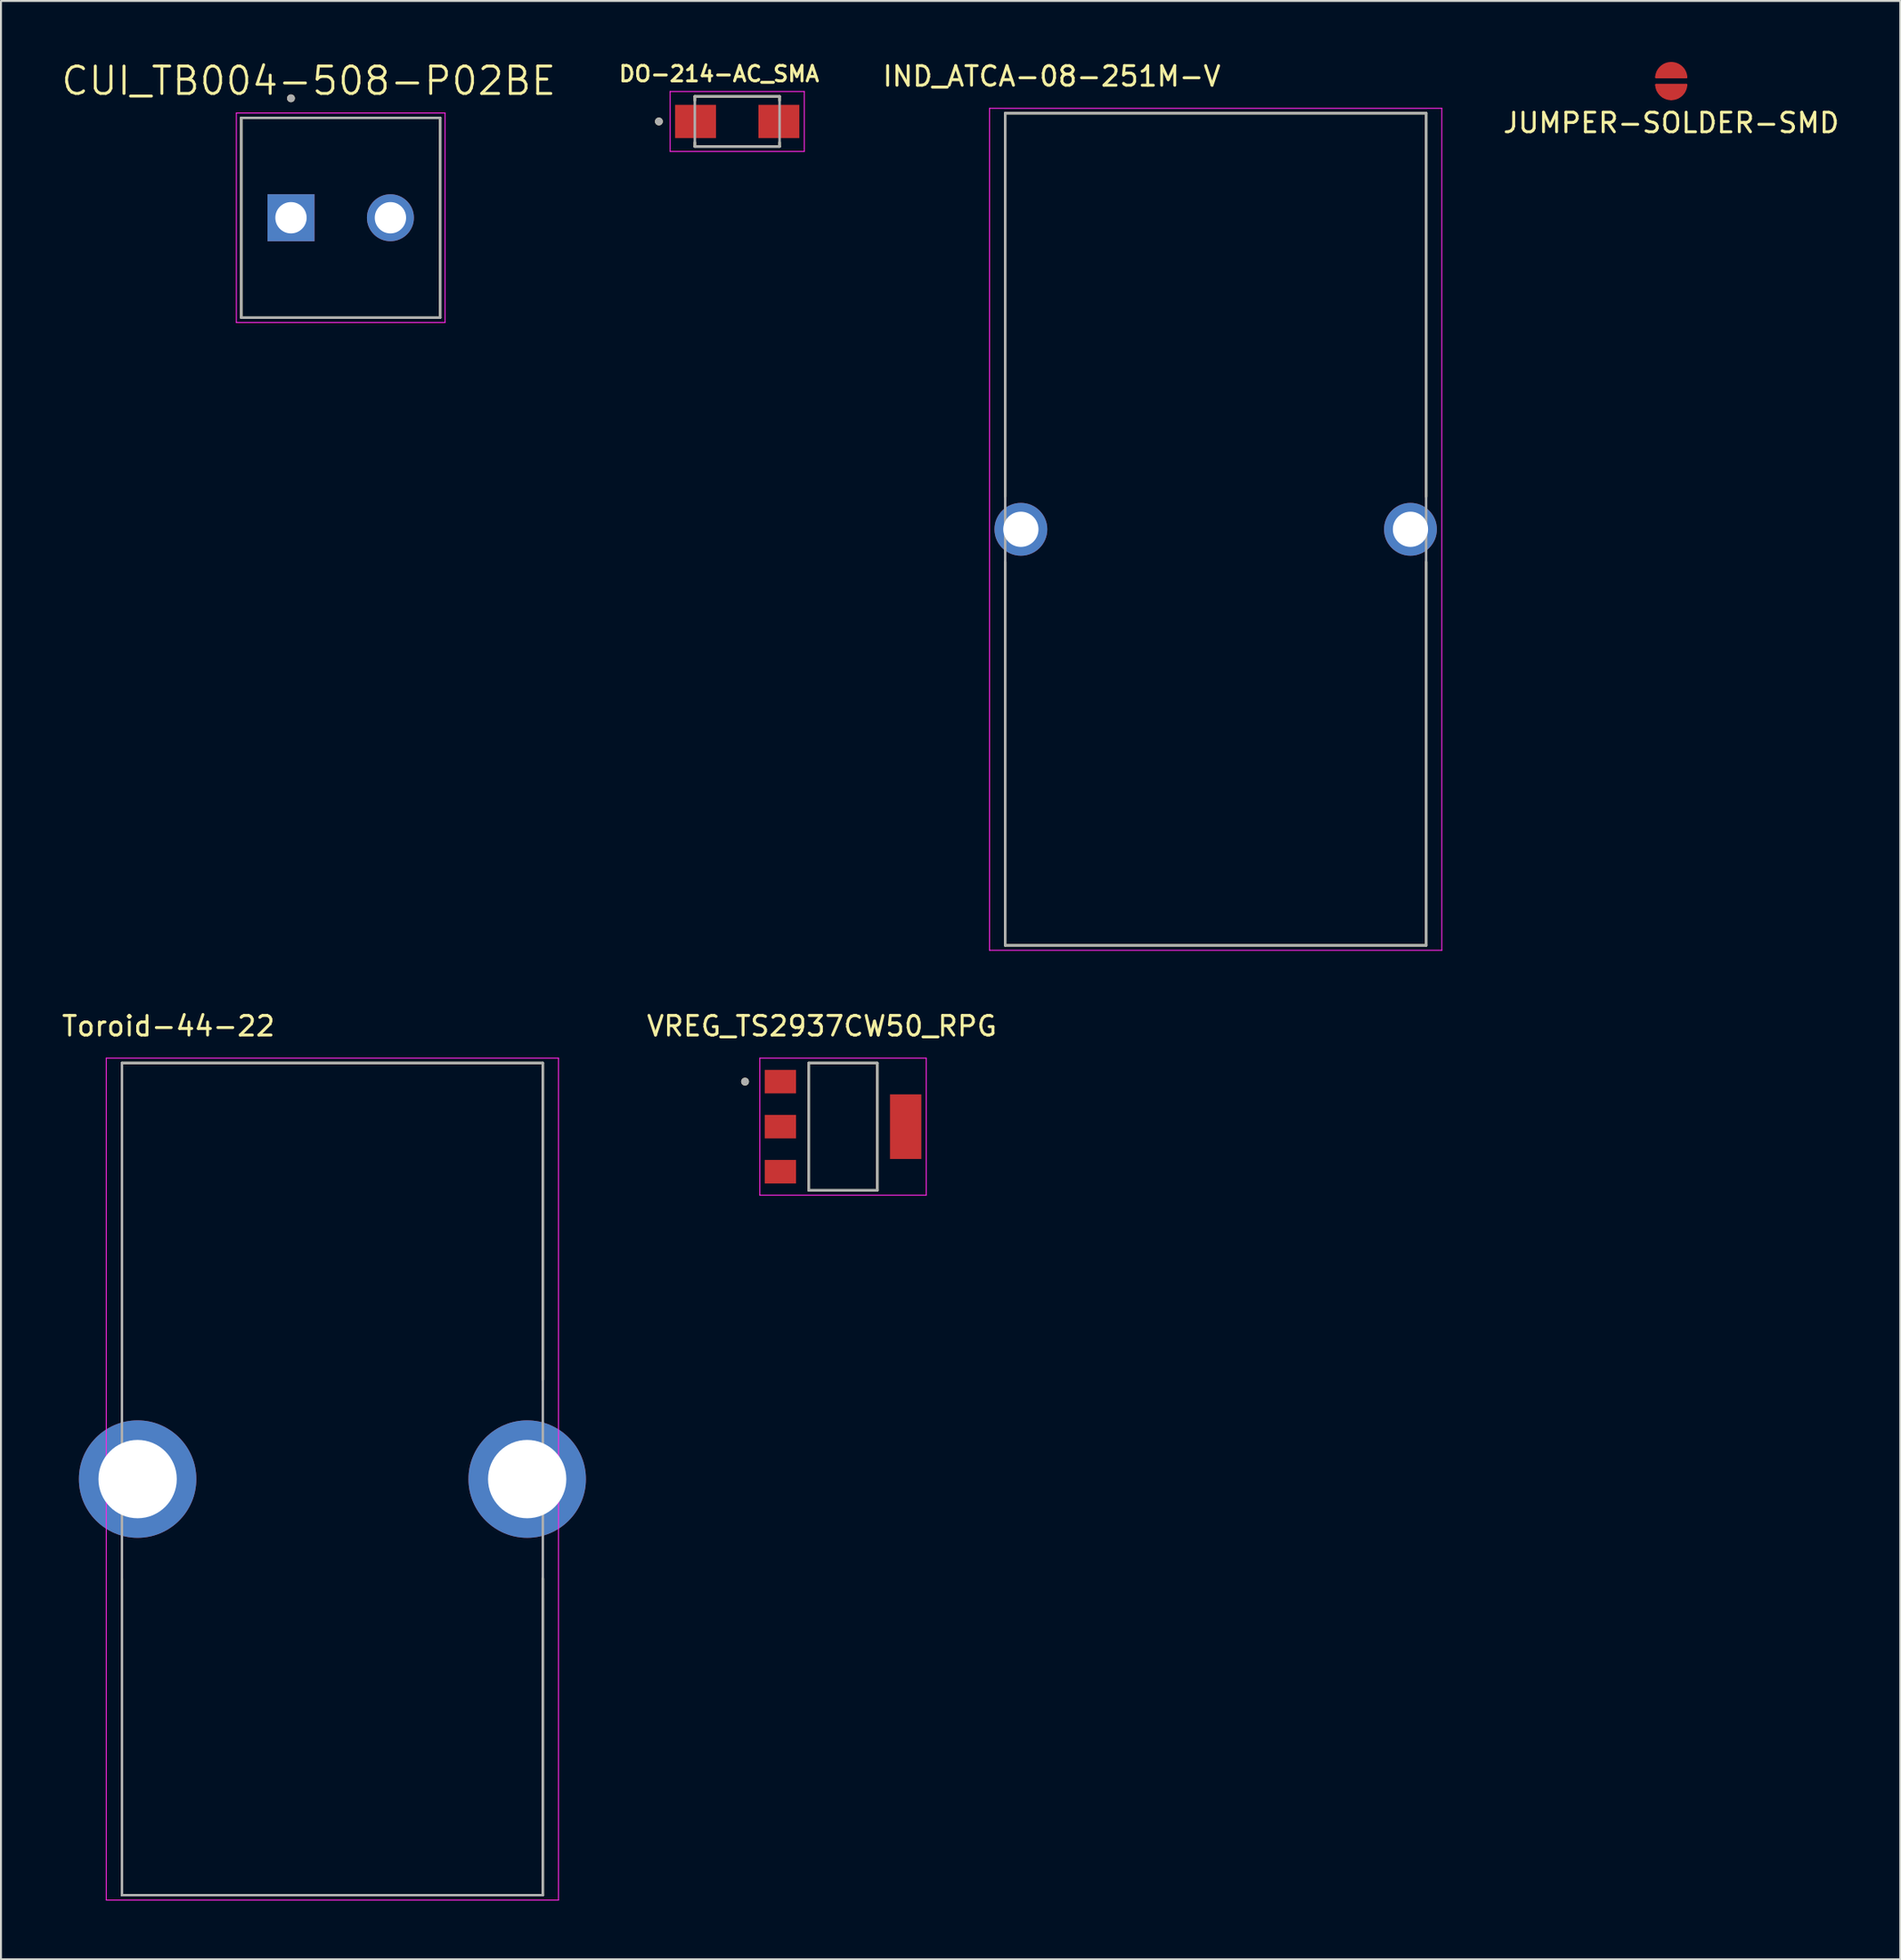
<source format=kicad_pcb>
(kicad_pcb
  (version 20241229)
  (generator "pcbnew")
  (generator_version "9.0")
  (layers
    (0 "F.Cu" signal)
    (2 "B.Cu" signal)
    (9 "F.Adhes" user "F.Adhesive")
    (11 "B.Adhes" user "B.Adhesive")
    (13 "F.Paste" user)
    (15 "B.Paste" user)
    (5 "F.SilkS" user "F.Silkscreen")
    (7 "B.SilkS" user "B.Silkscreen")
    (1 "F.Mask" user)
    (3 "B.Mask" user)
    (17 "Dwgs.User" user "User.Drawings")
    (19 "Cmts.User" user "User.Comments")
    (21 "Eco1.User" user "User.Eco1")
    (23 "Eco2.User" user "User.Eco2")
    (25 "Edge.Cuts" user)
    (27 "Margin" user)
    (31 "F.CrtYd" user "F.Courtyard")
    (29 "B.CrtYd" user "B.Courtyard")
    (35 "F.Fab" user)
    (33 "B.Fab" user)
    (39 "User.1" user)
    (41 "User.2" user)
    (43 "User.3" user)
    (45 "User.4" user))
  (footprint "DO-214-AC_SMA"
    (layer "F.Cu")
    (at 34.607 3.154)
    (property "Reference" "DO-214-AC_SMA" (at -0.925 -2.43 0) (layer "F.SilkS") (effects (font (size 0.787 0.787) (thickness 0.15))))
    (attr smd)
    (fp_line (start -2.165 -1.28) (end -2.165 -1.07) (stroke (width 0.127) (type solid)) (layer "F.SilkS"))
    (fp_line (start -2.165 1.28) (end -2.165 1.07) (stroke (width 0.127) (type solid)) (layer "F.SilkS"))
    (fp_line (start -2.165 1.28) (end 2.165 1.28) (stroke (width 0.127) (type solid)) (layer "F.SilkS"))
    (fp_line (start 2.165 -1.28) (end -2.165 -1.28) (stroke (width 0.127) (type solid)) (layer "F.SilkS"))
    (fp_line (start 2.165 -1.07) (end 2.165 -1.28) (stroke (width 0.127) (type solid)) (layer "F.SilkS"))
    (fp_line (start 2.165 1.28) (end 2.165 1.07) (stroke (width 0.127) (type solid)) (layer "F.SilkS"))
    (fp_circle (center -4 0) (end -3.9 0) (stroke (width 0.2) (type solid)) (fill no) (layer "F.SilkS"))
    (fp_line (start -3.425 -1.53) (end -3.425 1.53) (stroke (width 0.05) (type solid)) (layer "F.CrtYd"))
    (fp_line (start -3.425 1.53) (end 3.425 1.53) (stroke (width 0.05) (type solid)) (layer "F.CrtYd"))
    (fp_line (start 3.425 -1.53) (end -3.425 -1.53) (stroke (width 0.05) (type solid)) (layer "F.CrtYd"))
    (fp_line (start 3.425 1.53) (end 3.425 -1.53) (stroke (width 0.05) (type solid)) (layer "F.CrtYd"))
    (fp_line (start -2.165 -1.28) (end -2.165 1.28) (stroke (width 0.127) (type solid)) (layer "F.Fab"))
    (fp_line (start -2.165 1.28) (end 2.165 1.28) (stroke (width 0.127) (type solid)) (layer "F.Fab"))
    (fp_line (start 2.165 -1.28) (end -2.165 -1.28) (stroke (width 0.127) (type solid)) (layer "F.Fab"))
    (fp_line (start 2.165 1.28) (end 2.165 -1.28) (stroke (width 0.127) (type solid)) (layer "F.Fab"))
    (fp_circle (center -4 0) (end -3.9 0) (stroke (width 0.2) (type solid)) (fill no) (layer "F.Fab"))
    (pad "1" smd rect (at -2.13 0) (size 2.09 1.7) (layers "F.Cu" "F.Mask" "F.Paste"))
    (pad "2" smd rect (at 2.13 0) (size 2.09 1.7) (layers "F.Cu" "F.Mask" "F.Paste")))
  (footprint "CUI_TB004-508-P02BE"
    (layer "F.Cu")
    (at 11.813 8.071)
    (property "Reference" "CUI_TB004-508-P02BE" (at 0.905 -6.989 0) (layer "F.SilkS") (effects (font (size 1.4 1.4) (thickness 0.15))))
    (attr through_hole)
    (fp_line (start -2.54 -5.1) (end 7.62 -5.1) (stroke (width 0.127) (type solid)) (layer "F.SilkS"))
    (fp_line (start -2.54 5.1) (end -2.54 -5.1) (stroke (width 0.127) (type solid)) (layer "F.SilkS"))
    (fp_line (start 7.62 -5.1) (end 7.62 5.1) (stroke (width 0.127) (type solid)) (layer "F.SilkS"))
    (fp_line (start 7.62 5.1) (end -2.54 5.1) (stroke (width 0.127) (type solid)) (layer "F.SilkS"))
    (fp_circle (center 0 -6.1) (end 0.1 -6.1) (stroke (width 0.2) (type solid)) (fill no) (layer "F.SilkS"))
    (fp_line (start -2.79 -5.35) (end 7.87 -5.35) (stroke (width 0.05) (type solid)) (layer "F.CrtYd"))
    (fp_line (start -2.79 5.35) (end -2.79 -5.35) (stroke (width 0.05) (type solid)) (layer "F.CrtYd"))
    (fp_line (start 7.87 -5.35) (end 7.87 5.35) (stroke (width 0.05) (type solid)) (layer "F.CrtYd"))
    (fp_line (start 7.87 5.35) (end -2.79 5.35) (stroke (width 0.05) (type solid)) (layer "F.CrtYd"))
    (fp_line (start -2.54 -5.1) (end 7.62 -5.1) (stroke (width 0.127) (type solid)) (layer "F.Fab"))
    (fp_line (start -2.54 5.1) (end -2.54 -5.1) (stroke (width 0.127) (type solid)) (layer "F.Fab"))
    (fp_line (start 7.62 -5.1) (end 7.62 5.1) (stroke (width 0.127) (type solid)) (layer "F.Fab"))
    (fp_line (start 7.62 5.1) (end -2.54 5.1) (stroke (width 0.127) (type solid)) (layer "F.Fab"))
    (fp_circle (center 0 -6.1) (end 0.1 -6.1) (stroke (width 0.2) (type solid)) (fill no) (layer "F.Fab"))
    (pad "1" thru_hole rect (at 0 0) (size 2.4 2.4) (drill 1.6) (layers "*.Cu" "*.Mask"))
    (pad "2" thru_hole circle (at 5.08 0) (size 2.4 2.4) (drill 1.6) (layers "*.Cu" "*.Mask")))
  (footprint "IND_ATCA-08-251M-V"
    (layer "F.Cu")
    (at 59.047 23.983)
    (property "Reference" "IND_ATCA-08-251M-V" (at -8.375 -23.135 0) (layer "F.SilkS") (effects (font (size 1 1) (thickness 0.15))))
    (attr through_hole)
    (fp_line (start -10.75 -21.25) (end 10.75 -21.25) (stroke (width 0.127) (type solid)) (layer "F.SilkS"))
    (fp_line (start -10.75 -1.67) (end -10.75 -21.25) (stroke (width 0.127) (type solid)) (layer "F.SilkS"))
    (fp_line (start -10.75 21.25) (end -10.75 1.67) (stroke (width 0.127) (type solid)) (layer "F.SilkS"))
    (fp_line (start 10.75 -21.25) (end 10.75 -1.67) (stroke (width 0.127) (type solid)) (layer "F.SilkS"))
    (fp_line (start 10.75 21.25) (end -10.75 21.25) (stroke (width 0.127) (type solid)) (layer "F.SilkS"))
    (fp_line (start 10.75 21.25) (end 10.75 1.67) (stroke (width 0.127) (type solid)) (layer "F.SilkS"))
    (fp_line (start -11.55 -21.5) (end -11.55 21.5) (stroke (width 0.05) (type solid)) (layer "F.CrtYd"))
    (fp_line (start -11.55 21.5) (end 11.55 21.5) (stroke (width 0.05) (type solid)) (layer "F.CrtYd"))
    (fp_line (start 11.55 -21.5) (end -11.55 -21.5) (stroke (width 0.05) (type solid)) (layer "F.CrtYd"))
    (fp_line (start 11.55 21.5) (end 11.55 -21.5) (stroke (width 0.05) (type solid)) (layer "F.CrtYd"))
    (fp_line (start -10.75 -21.25) (end 10.75 -21.25) (stroke (width 0.127) (type solid)) (layer "F.Fab"))
    (fp_line (start -10.75 21.25) (end -10.75 -21.25) (stroke (width 0.127) (type solid)) (layer "F.Fab"))
    (fp_line (start 10.75 -21.25) (end 10.75 21.25) (stroke (width 0.127) (type solid)) (layer "F.Fab"))
    (fp_line (start 10.75 21.25) (end -10.75 21.25) (stroke (width 0.127) (type solid)) (layer "F.Fab"))
    (pad "1" thru_hole circle (at -9.95 0) (size 2.7 2.7) (drill 1.8) (layers "*.Cu" "*.Mask"))
    (pad "2" thru_hole circle (at 9.95 0) (size 2.7 2.7) (drill 1.8) (layers "*.Cu" "*.Mask")))
  (footprint "VREG_TS2937CW50_RPG"
    (layer "F.Cu")
    (at 40.012 54.492)
    (property "Reference" "VREG_TS2937CW50_RPG" (at -1.08 -5.135 0) (layer "F.SilkS") (effects (font (size 1 1) (thickness 0.15))))
    (attr smd)
    (fp_line (start -1.75 -3.25) (end 1.75 -3.25) (stroke (width 0.127) (type solid)) (layer "F.SilkS"))
    (fp_line (start -1.75 3.25) (end -1.75 -3.25) (stroke (width 0.127) (type solid)) (layer "F.SilkS"))
    (fp_line (start 1.75 -3.25) (end 1.75 3.25) (stroke (width 0.127) (type solid)) (layer "F.SilkS"))
    (fp_line (start 1.75 3.25) (end -1.75 3.25) (stroke (width 0.127) (type solid)) (layer "F.SilkS"))
    (fp_circle (center -5.005 -2.3) (end -4.905 -2.3) (stroke (width 0.2) (type solid)) (fill no) (layer "F.SilkS"))
    (fp_line (start -4.25 -3.5) (end -4.25 3.5) (stroke (width 0.05) (type solid)) (layer "F.CrtYd"))
    (fp_line (start -4.25 3.5) (end 4.25 3.5) (stroke (width 0.05) (type solid)) (layer "F.CrtYd"))
    (fp_line (start 4.25 -3.5) (end -4.25 -3.5) (stroke (width 0.05) (type solid)) (layer "F.CrtYd"))
    (fp_line (start 4.25 3.5) (end 4.25 -3.5) (stroke (width 0.05) (type solid)) (layer "F.CrtYd"))
    (fp_line (start -1.75 -3.25) (end 1.75 -3.25) (stroke (width 0.127) (type solid)) (layer "F.Fab"))
    (fp_line (start -1.75 3.25) (end -1.75 -3.25) (stroke (width 0.127) (type solid)) (layer "F.Fab"))
    (fp_line (start 1.75 -3.25) (end 1.75 3.25) (stroke (width 0.127) (type solid)) (layer "F.Fab"))
    (fp_line (start 1.75 3.25) (end -1.75 3.25) (stroke (width 0.127) (type solid)) (layer "F.Fab"))
    (fp_circle (center -5.005 -2.3) (end -4.905 -2.3) (stroke (width 0.2) (type solid)) (fill no) (layer "F.Fab"))
    (pad "1" smd rect (at -3.2 -2.3) (size 1.6 1.2) (layers "F.Cu" "F.Mask" "F.Paste"))
    (pad "2" smd rect (at -3.2 0) (size 1.6 1.2) (layers "F.Cu" "F.Mask" "F.Paste"))
    (pad "3" smd rect (at -3.2 2.3) (size 1.6 1.2) (layers "F.Cu" "F.Mask" "F.Paste"))
    (pad "4" smd rect (at 3.2 0) (size 1.6 3.3) (layers "F.Cu" "F.Mask" "F.Paste")))
  (footprint "Toroid-44-22"
    (layer "F.Cu")
    (at 13.929 72.492)
    (property "Reference" "Toroid-44-22" (at -8.375 -23.135 0) (layer "F.SilkS") (effects (font (size 1 1) (thickness 0.15))))
    (attr through_hole)
    (fp_line (start -10.75 -21.25) (end 10.75 -21.25) (stroke (width 0.127) (type solid)) (layer "F.SilkS"))
    (fp_line (start -10.75 -5.08) (end -10.75 -21.25) (stroke (width 0.127) (type solid)) (layer "F.SilkS"))
    (fp_line (start -10.75 21.25) (end -10.75 5.08) (stroke (width 0.127) (type solid)) (layer "F.SilkS"))
    (fp_line (start 10.75 -21.25) (end 10.75 -5.08) (stroke (width 0.127) (type solid)) (layer "F.SilkS"))
    (fp_line (start 10.75 21.25) (end -10.75 21.25) (stroke (width 0.127) (type solid)) (layer "F.SilkS"))
    (fp_line (start 10.75 21.25) (end 10.75 5.08) (stroke (width 0.127) (type solid)) (layer "F.SilkS"))
    (fp_line (start -11.55 -21.5) (end -11.55 21.5) (stroke (width 0.05) (type solid)) (layer "F.CrtYd"))
    (fp_line (start -11.55 21.5) (end 11.55 21.5) (stroke (width 0.05) (type solid)) (layer "F.CrtYd"))
    (fp_line (start 11.55 -21.5) (end -11.55 -21.5) (stroke (width 0.05) (type solid)) (layer "F.CrtYd"))
    (fp_line (start 11.55 21.5) (end 11.55 -21.5) (stroke (width 0.05) (type solid)) (layer "F.CrtYd"))
    (fp_line (start -10.75 -21.25) (end 10.75 -21.25) (stroke (width 0.127) (type solid)) (layer "F.Fab"))
    (fp_line (start -10.75 21.25) (end -10.75 -21.25) (stroke (width 0.127) (type solid)) (layer "F.Fab"))
    (fp_line (start 10.75 -21.25) (end 10.75 21.25) (stroke (width 0.127) (type solid)) (layer "F.Fab"))
    (fp_line (start 10.75 21.25) (end -10.75 21.25) (stroke (width 0.127) (type solid)) (layer "F.Fab"))
    (pad "1" thru_hole circle (at -9.95 0) (size 6 6) (drill 4) (layers "*.Cu" "*.Mask"))
    (pad "2" thru_hole circle (at 9.95 0) (size 6 6) (drill 4) (layers "*.Cu" "*.Mask")))
  (footprint "JUMPER-SOLDER-SMD"
    (layer "F.Cu")
    (at 82.318 1.091)
    (property "Reference" "JUMPER-SOLDER-SMD" (at 0 2.134 0) (layer "F.SilkS") (effects (font (size 1 1) (thickness 0.15))))
    (attr through_hole)
    (fp_line (start -0.762 -0.2) (end 0.762 -0.2) (stroke (width 0.12) (type solid)) (layer "F.Cu"))
    (fp_line (start -0.762 0.2) (end 0.762 0.2) (stroke (width 0.12) (type solid)) (layer "F.Cu"))
    (fp_line (start -0.711 0.254) (end 0.66 0.254) (stroke (width 0.15) (type solid)) (layer "F.Cu"))
    (fp_line (start -0.66 -0.457) (end 0.61 -0.457) (stroke (width 0.15) (type solid)) (layer "F.Cu"))
    (fp_line (start -0.66 -0.356) (end -0.66 -0.457) (stroke (width 0.15) (type solid)) (layer "F.Cu"))
    (fp_line (start -0.66 -0.254) (end 0.66 -0.254) (stroke (width 0.15) (type solid)) (layer "F.Cu"))
    (fp_line (start -0.66 0.356) (end -0.66 0.457) (stroke (width 0.15) (type solid)) (layer "F.Cu"))
    (fp_line (start -0.66 0.457) (end 0.61 0.457) (stroke (width 0.15) (type solid)) (layer "F.Cu"))
    (fp_line (start -0.559 -0.559) (end -0.508 -0.66) (stroke (width 0.15) (type solid)) (layer "F.Cu"))
    (fp_line (start -0.508 -0.66) (end 0.457 -0.66) (stroke (width 0.15) (type solid)) (layer "F.Cu"))
    (fp_line (start -0.508 0.559) (end -0.508 0.66) (stroke (width 0.15) (type solid)) (layer "F.Cu"))
    (fp_line (start -0.508 0.66) (end 0.457 0.66) (stroke (width 0.15) (type solid)) (layer "F.Cu"))
    (fp_line (start -0.406 0.711) (end -0.406 0.762) (stroke (width 0.15) (type solid)) (layer "F.Cu"))
    (fp_line (start -0.406 0.762) (end 0.305 0.762) (stroke (width 0.15) (type solid)) (layer "F.Cu"))
    (fp_line (start -0.356 -0.762) (end -0.305 -0.813) (stroke (width 0.15) (type solid)) (layer "F.Cu"))
    (fp_line (start -0.305 -0.813) (end 0.254 -0.813) (stroke (width 0.15) (type solid)) (layer "F.Cu"))
    (fp_line (start 0.305 0.762) (end 0.305 0.813) (stroke (width 0.15) (type solid)) (layer "F.Cu"))
    (fp_line (start 0.305 0.813) (end -0.254 0.813) (stroke (width 0.15) (type solid)) (layer "F.Cu"))
    (fp_line (start 0.356 -0.762) (end -0.356 -0.762) (stroke (width 0.15) (type solid)) (layer "F.Cu"))
    (fp_line (start 0.457 -0.66) (end 0.356 -0.762) (stroke (width 0.15) (type solid)) (layer "F.Cu"))
    (fp_line (start 0.457 0.66) (end 0.457 0.711) (stroke (width 0.15) (type solid)) (layer "F.Cu"))
    (fp_line (start 0.457 0.711) (end -0.406 0.711) (stroke (width 0.15) (type solid)) (layer "F.Cu"))
    (fp_line (start 0.61 -0.559) (end -0.559 -0.559) (stroke (width 0.15) (type solid)) (layer "F.Cu"))
    (fp_line (start 0.61 -0.457) (end 0.61 -0.559) (stroke (width 0.15) (type solid)) (layer "F.Cu"))
    (fp_line (start 0.61 0.457) (end 0.61 0.508) (stroke (width 0.15) (type solid)) (layer "F.Cu"))
    (fp_line (start 0.61 0.457) (end 0.61 0.559) (stroke (width 0.15) (type solid)) (layer "F.Cu"))
    (fp_line (start 0.61 0.559) (end -0.508 0.559) (stroke (width 0.15) (type solid)) (layer "F.Cu"))
    (fp_line (start 0.66 -0.356) (end -0.66 -0.356) (stroke (width 0.15) (type solid)) (layer "F.Cu"))
    (fp_line (start 0.66 -0.254) (end 0.66 -0.356) (stroke (width 0.15) (type solid)) (layer "F.Cu"))
    (fp_line (start 0.66 0.254) (end 0.66 0.356) (stroke (width 0.15) (type solid)) (layer "F.Cu"))
    (fp_line (start 0.66 0.356) (end -0.66 0.356) (stroke (width 0.15) (type solid)) (layer "F.Cu"))
    (fp_arc (start -0.762 -0.2) (mid -0.522766 -0.70884) (end 0 -0.915885) (stroke (width 0.12) (type solid)) (layer "F.Cu"))
    (fp_arc (start 0 -0.915885) (mid 0.522765 -0.70884) (end 0.762 -0.2) (stroke (width 0.12) (type solid)) (layer "F.Cu"))
    (fp_arc (start 0 0.915885) (mid -0.522765 0.70884) (end -0.762 0.2) (stroke (width 0.12) (type solid)) (layer "F.Cu"))
    (fp_arc (start 0.762 0.2) (mid 0.522766 0.70884) (end 0 0.915885) (stroke (width 0.12) (type solid)) (layer "F.Cu"))
    (fp_line (start -0.889 -0.127) (end -0.889 0.127) (stroke (width 0.15) (type solid)) (layer "F.Mask"))
    (fp_line (start -0.889 0) (end 0.889 0) (stroke (width 0.15) (type solid)) (layer "F.Mask"))
    (fp_line (start -0.826 -0.381) (end 0.826 -0.381) (stroke (width 0.15) (type solid)) (layer "F.Mask"))
    (fp_line (start -0.826 0.254) (end 0.826 0.254) (stroke (width 0.15) (type solid)) (layer "F.Mask"))
    (fp_line (start -0.762 0.508) (end 0.762 0.508) (stroke (width 0.15) (type solid)) (layer "F.Mask"))
    (fp_line (start -0.699 -0.635) (end 0.699 -0.635) (stroke (width 0.15) (type solid)) (layer "F.Mask"))
    (fp_line (start -0.318 0.889) (end 0.381 0.889) (stroke (width 0.15) (type solid)) (layer "F.Mask"))
    (fp_line (start 0.381 -0.889) (end -0.381 -0.889) (stroke (width 0.15) (type solid)) (layer "F.Mask"))
    (fp_line (start 0.699 0.635) (end -0.699 0.635) (stroke (width 0.15) (type solid)) (layer "F.Mask"))
    (fp_line (start 0.762 -0.508) (end -0.762 -0.508) (stroke (width 0.15) (type solid)) (layer "F.Mask"))
    (fp_line (start 0.826 -0.254) (end -0.826 -0.254) (stroke (width 0.15) (type solid)) (layer "F.Mask"))
    (fp_line (start 0.826 0.381) (end -0.826 0.381) (stroke (width 0.15) (type solid)) (layer "F.Mask"))
    (fp_line (start 0.889 -0.127) (end -0.889 -0.127) (stroke (width 0.15) (type solid)) (layer "F.Mask"))
    (fp_line (start 0.889 -0.127) (end 0.889 0.127) (stroke (width 0.15) (type solid)) (layer "F.Mask"))
    (fp_line (start 0.889 0.127) (end -0.889 0.127) (stroke (width 0.15) (type solid)) (layer "F.Mask"))
    (fp_arc (start -0.889 -0.127) (mid -0.628618 -0.755618) (end 0 -1.016) (stroke (width 0.15) (type solid)) (layer "F.Mask"))
    (fp_arc (start 0 -1.016) (mid 0.628618 -0.755618) (end 0.889 -0.127) (stroke (width 0.15) (type solid)) (layer "F.Mask"))
    (fp_arc (start 0 1.016) (mid -0.628618 0.755618) (end -0.889 0.127) (stroke (width 0.15) (type solid)) (layer "F.Mask"))
    (fp_arc (start 0.889 0.127) (mid 0.628618 0.755618) (end 0 1.016) (stroke (width 0.15) (type solid)) (layer "F.Mask"))
    (pad "1" smd trapezoid (at 0 0.5 270) (size 0.6 1) (rect_delta 0.1 0) (layers "F.Cu" "F.Mask"))
    (pad "2" smd trapezoid (at 0 -0.5 90) (size 0.6 1) (rect_delta 0.1 0) (layers "F.Cu" "F.Mask")))
  (gr_rect
    (start -3 -3)
    (end 94.015 97.016)
    (stroke (width 0.1) (type default))
    (fill no)
    (layer "Edge.Cuts")))
</source>
